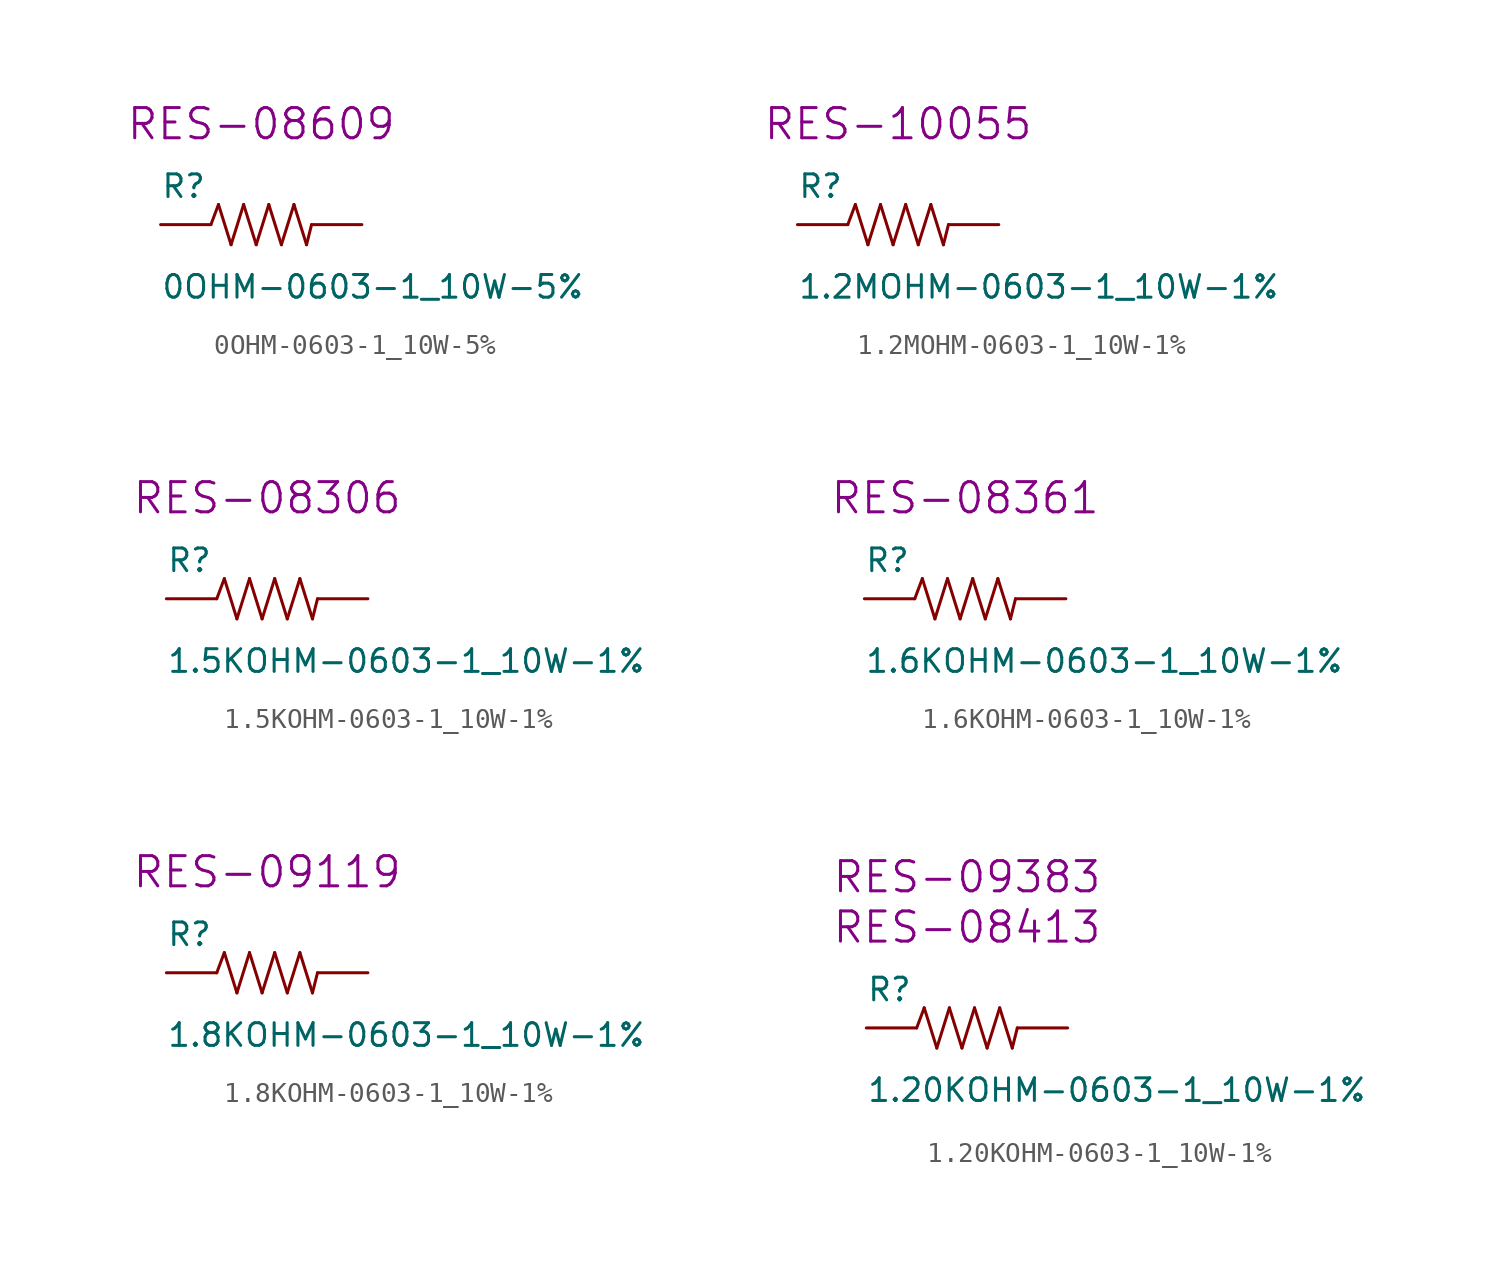
<source format=kicad_sym>
(kicad_symbol_lib
  (version 20220914)
  (generator kicad_symbol_editor)
  (symbol "0OHM-0603-1_10W-5%"
    (pin_numbers hide)
    (pin_names
      (offset 1.016) hide)
    (property "Reference" "R"
      (at -5.08 1.27 0)
      (effects (font (size 1.143 1.143)) (justify left bottom)))
    (property "Value" "0OHM-0603-1_10W-5%"
      (at -5.08 -3.81 0)
      (effects (font (size 1.143 1.143)) (justify left bottom)))
    (property "Field4" "RES-08609"
      (at 0 5.08 0)
      (effects (font (size 1.524 1.524))))
    (property "ki_locked" ""
      (at 0 0 0)
      (effects (font (size 1.27 1.27))))
    (symbol "0OHM-0603-1_10W-5%_1_0"
      (polyline (pts (xy -2.54 0) (xy -2.159 1.016)) (stroke (width 0) (type solid)) (fill (type none)))
      (polyline (pts (xy -2.159 1.016) (xy -1.524 -1.016)) (stroke (width 0) (type solid)) (fill (type none)))
      (polyline (pts (xy -1.524 -1.016) (xy -0.889 1.016)) (stroke (width 0) (type solid)) (fill (type none)))
      (polyline (pts (xy -0.889 1.016) (xy -0.254 -1.016)) (stroke (width 0) (type solid)) (fill (type none)))
      (polyline (pts (xy -0.254 -1.016) (xy 0.381 1.016)) (stroke (width 0) (type solid)) (fill (type none)))
      (polyline (pts (xy 0.381 1.016) (xy 1.016 -1.016)) (stroke (width 0) (type solid)) (fill (type none)))
      (polyline (pts (xy 1.016 -1.016) (xy 1.651 1.016)) (stroke (width 0) (type solid)) (fill (type none)))
      (polyline (pts (xy 1.651 1.016) (xy 2.286 -1.016)) (stroke (width 0) (type solid)) (fill (type none)))
      (polyline (pts (xy 2.286 -1.016) (xy 2.54 0)) (stroke (width 0) (type solid)) (fill (type none))))
    (symbol "0OHM-0603-1_10W-5%_1_1"
      (pin passive line (at -5.08 0 0) (length 2.54) (name "1" (effects (font (size 1.016 1.016)))) (number "1" (effects (font (size 1.016 1.016)))))
      (pin passive line (at 5.08 0 180) (length 2.54) (name "2" (effects (font (size 1.016 1.016)))) (number "2" (effects (font (size 1.016 1.016)))))))
  (symbol "1.2MOHM-0603-1_10W-1%"
    (pin_numbers hide)
    (pin_names
      (offset 1.016) hide)
    (property "Reference" "R"
      (at -5.08 1.27 0)
      (effects (font (size 1.143 1.143)) (justify left bottom)))
    (property "Value" "1.2MOHM-0603-1_10W-1%"
      (at -5.08 -3.81 0)
      (effects (font (size 1.143 1.143)) (justify left bottom)))
    (property "Field4" "RES-10055"
      (at 0 5.08 0)
      (effects (font (size 1.524 1.524))))
    (property "ki_locked" ""
      (at 0 0 0)
      (effects (font (size 1.27 1.27))))
    (symbol "1.2MOHM-0603-1_10W-1%_1_0"
      (polyline (pts (xy -2.54 0) (xy -2.159 1.016)) (stroke (width 0) (type solid)) (fill (type none)))
      (polyline (pts (xy -2.159 1.016) (xy -1.524 -1.016)) (stroke (width 0) (type solid)) (fill (type none)))
      (polyline (pts (xy -1.524 -1.016) (xy -0.889 1.016)) (stroke (width 0) (type solid)) (fill (type none)))
      (polyline (pts (xy -0.889 1.016) (xy -0.254 -1.016)) (stroke (width 0) (type solid)) (fill (type none)))
      (polyline (pts (xy -0.254 -1.016) (xy 0.381 1.016)) (stroke (width 0) (type solid)) (fill (type none)))
      (polyline (pts (xy 0.381 1.016) (xy 1.016 -1.016)) (stroke (width 0) (type solid)) (fill (type none)))
      (polyline (pts (xy 1.016 -1.016) (xy 1.651 1.016)) (stroke (width 0) (type solid)) (fill (type none)))
      (polyline (pts (xy 1.651 1.016) (xy 2.286 -1.016)) (stroke (width 0) (type solid)) (fill (type none)))
      (polyline (pts (xy 2.286 -1.016) (xy 2.54 0)) (stroke (width 0) (type solid)) (fill (type none))))
    (symbol "1.2MOHM-0603-1_10W-1%_1_1"
      (pin passive line (at -5.08 0 0) (length 2.54) (name "1" (effects (font (size 1.016 1.016)))) (number "1" (effects (font (size 1.016 1.016)))))
      (pin passive line (at 5.08 0 180) (length 2.54) (name "2" (effects (font (size 1.016 1.016)))) (number "2" (effects (font (size 1.016 1.016)))))))
  (symbol "1.5KOHM-0603-1_10W-1%"
    (pin_numbers hide)
    (pin_names
      (offset 1.016) hide)
    (property "Reference" "R"
      (at -5.08 1.27 0)
      (effects (font (size 1.143 1.143)) (justify left bottom)))
    (property "Value" "1.5KOHM-0603-1_10W-1%"
      (at -5.08 -3.81 0)
      (effects (font (size 1.143 1.143)) (justify left bottom)))
    (property "Field4" "RES-08306"
      (at 0 5.08 0)
      (effects (font (size 1.524 1.524))))
    (property "ki_locked" ""
      (at 0 0 0)
      (effects (font (size 1.27 1.27))))
    (symbol "1.5KOHM-0603-1_10W-1%_1_0"
      (polyline (pts (xy -2.54 0) (xy -2.159 1.016)) (stroke (width 0) (type solid)) (fill (type none)))
      (polyline (pts (xy -2.159 1.016) (xy -1.524 -1.016)) (stroke (width 0) (type solid)) (fill (type none)))
      (polyline (pts (xy -1.524 -1.016) (xy -0.889 1.016)) (stroke (width 0) (type solid)) (fill (type none)))
      (polyline (pts (xy -0.889 1.016) (xy -0.254 -1.016)) (stroke (width 0) (type solid)) (fill (type none)))
      (polyline (pts (xy -0.254 -1.016) (xy 0.381 1.016)) (stroke (width 0) (type solid)) (fill (type none)))
      (polyline (pts (xy 0.381 1.016) (xy 1.016 -1.016)) (stroke (width 0) (type solid)) (fill (type none)))
      (polyline (pts (xy 1.016 -1.016) (xy 1.651 1.016)) (stroke (width 0) (type solid)) (fill (type none)))
      (polyline (pts (xy 1.651 1.016) (xy 2.286 -1.016)) (stroke (width 0) (type solid)) (fill (type none)))
      (polyline (pts (xy 2.286 -1.016) (xy 2.54 0)) (stroke (width 0) (type solid)) (fill (type none))))
    (symbol "1.5KOHM-0603-1_10W-1%_1_1"
      (pin passive line (at -5.08 0 0) (length 2.54) (name "1" (effects (font (size 1.016 1.016)))) (number "1" (effects (font (size 1.016 1.016)))))
      (pin passive line (at 5.08 0 180) (length 2.54) (name "2" (effects (font (size 1.016 1.016)))) (number "2" (effects (font (size 1.016 1.016)))))))
  (symbol "1.6KOHM-0603-1_10W-1%"
    (pin_numbers hide)
    (pin_names
      (offset 1.016) hide)
    (property "Reference" "R"
      (at -5.08 1.27 0)
      (effects (font (size 1.143 1.143)) (justify left bottom)))
    (property "Value" "1.6KOHM-0603-1_10W-1%"
      (at -5.08 -3.81 0)
      (effects (font (size 1.143 1.143)) (justify left bottom)))
    (property "Field4" "RES-08361"
      (at 0 5.08 0)
      (effects (font (size 1.524 1.524))))
    (property "ki_locked" ""
      (at 0 0 0)
      (effects (font (size 1.27 1.27))))
    (symbol "1.6KOHM-0603-1_10W-1%_1_0"
      (polyline (pts (xy -2.54 0) (xy -2.159 1.016)) (stroke (width 0) (type solid)) (fill (type none)))
      (polyline (pts (xy -2.159 1.016) (xy -1.524 -1.016)) (stroke (width 0) (type solid)) (fill (type none)))
      (polyline (pts (xy -1.524 -1.016) (xy -0.889 1.016)) (stroke (width 0) (type solid)) (fill (type none)))
      (polyline (pts (xy -0.889 1.016) (xy -0.254 -1.016)) (stroke (width 0) (type solid)) (fill (type none)))
      (polyline (pts (xy -0.254 -1.016) (xy 0.381 1.016)) (stroke (width 0) (type solid)) (fill (type none)))
      (polyline (pts (xy 0.381 1.016) (xy 1.016 -1.016)) (stroke (width 0) (type solid)) (fill (type none)))
      (polyline (pts (xy 1.016 -1.016) (xy 1.651 1.016)) (stroke (width 0) (type solid)) (fill (type none)))
      (polyline (pts (xy 1.651 1.016) (xy 2.286 -1.016)) (stroke (width 0) (type solid)) (fill (type none)))
      (polyline (pts (xy 2.286 -1.016) (xy 2.54 0)) (stroke (width 0) (type solid)) (fill (type none))))
    (symbol "1.6KOHM-0603-1_10W-1%_1_1"
      (pin passive line (at -5.08 0 0) (length 2.54) (name "1" (effects (font (size 1.016 1.016)))) (number "1" (effects (font (size 1.016 1.016)))))
      (pin passive line (at 5.08 0 180) (length 2.54) (name "2" (effects (font (size 1.016 1.016)))) (number "2" (effects (font (size 1.016 1.016)))))))
  (symbol "1.8KOHM-0603-1_10W-1%"
    (pin_numbers hide)
    (pin_names
      (offset 1.016) hide)
    (property "Reference" "R"
      (at -5.08 1.27 0)
      (effects (font (size 1.143 1.143)) (justify left bottom)))
    (property "Value" "1.8KOHM-0603-1_10W-1%"
      (at -5.08 -3.81 0)
      (effects (font (size 1.143 1.143)) (justify left bottom)))
    (property "Field4" "RES-09119"
      (at 0 5.08 0)
      (effects (font (size 1.524 1.524))))
    (property "ki_locked" ""
      (at 0 0 0)
      (effects (font (size 1.27 1.27))))
    (symbol "1.8KOHM-0603-1_10W-1%_1_0"
      (polyline (pts (xy -2.54 0) (xy -2.159 1.016)) (stroke (width 0) (type solid)) (fill (type none)))
      (polyline (pts (xy -2.159 1.016) (xy -1.524 -1.016)) (stroke (width 0) (type solid)) (fill (type none)))
      (polyline (pts (xy -1.524 -1.016) (xy -0.889 1.016)) (stroke (width 0) (type solid)) (fill (type none)))
      (polyline (pts (xy -0.889 1.016) (xy -0.254 -1.016)) (stroke (width 0) (type solid)) (fill (type none)))
      (polyline (pts (xy -0.254 -1.016) (xy 0.381 1.016)) (stroke (width 0) (type solid)) (fill (type none)))
      (polyline (pts (xy 0.381 1.016) (xy 1.016 -1.016)) (stroke (width 0) (type solid)) (fill (type none)))
      (polyline (pts (xy 1.016 -1.016) (xy 1.651 1.016)) (stroke (width 0) (type solid)) (fill (type none)))
      (polyline (pts (xy 1.651 1.016) (xy 2.286 -1.016)) (stroke (width 0) (type solid)) (fill (type none)))
      (polyline (pts (xy 2.286 -1.016) (xy 2.54 0)) (stroke (width 0) (type solid)) (fill (type none))))
    (symbol "1.8KOHM-0603-1_10W-1%_1_1"
      (pin passive line (at -5.08 0 0) (length 2.54) (name "1" (effects (font (size 1.016 1.016)))) (number "1" (effects (font (size 1.016 1.016)))))
      (pin passive line (at 5.08 0 180) (length 2.54) (name "2" (effects (font (size 1.016 1.016)))) (number "2" (effects (font (size 1.016 1.016)))))))
  (symbol "1.20KOHM-0603-1_10W-1%"
    (pin_numbers hide)
    (pin_names
      (offset 1.016) hide)
    (property "Reference" "R"
      (at -5.08 1.27 0)
      (effects (font (size 1.143 1.143)) (justify left bottom)))
    (property "Value" "1.20KOHM-0603-1_10W-1%"
      (at -5.08 -3.81 0)
      (effects (font (size 1.143 1.143)) (justify left bottom)))
    (property "Field4" "RES-08413"
      (at 0 5.08 0)
      (effects (font (size 1.524 1.524))))
    (property "Field5" "RES-09383"
      (at 0 7.62 0)
      (effects (font (size 1.524 1.524))))
    (property "ki_locked" ""
      (at 0 0 0)
      (effects (font (size 1.27 1.27))))
    (symbol "1.20KOHM-0603-1_10W-1%_1_0"
      (polyline (pts (xy -2.54 0) (xy -2.159 1.016)) (stroke (width 0) (type solid)) (fill (type none)))
      (polyline (pts (xy -2.159 1.016) (xy -1.524 -1.016)) (stroke (width 0) (type solid)) (fill (type none)))
      (polyline (pts (xy -1.524 -1.016) (xy -0.889 1.016)) (stroke (width 0) (type solid)) (fill (type none)))
      (polyline (pts (xy -0.889 1.016) (xy -0.254 -1.016)) (stroke (width 0) (type solid)) (fill (type none)))
      (polyline (pts (xy -0.254 -1.016) (xy 0.381 1.016)) (stroke (width 0) (type solid)) (fill (type none)))
      (polyline (pts (xy 0.381 1.016) (xy 1.016 -1.016)) (stroke (width 0) (type solid)) (fill (type none)))
      (polyline (pts (xy 1.016 -1.016) (xy 1.651 1.016)) (stroke (width 0) (type solid)) (fill (type none)))
      (polyline (pts (xy 1.651 1.016) (xy 2.286 -1.016)) (stroke (width 0) (type solid)) (fill (type none)))
      (polyline (pts (xy 2.286 -1.016) (xy 2.54 0)) (stroke (width 0) (type solid)) (fill (type none))))
    (symbol "1.20KOHM-0603-1_10W-1%_1_1"
      (pin passive line (at -5.08 0 0) (length 2.54) (name "1" (effects (font (size 1.016 1.016)))) (number "1" (effects (font (size 1.016 1.016)))))
      (pin passive line (at 5.08 0 180) (length 2.54) (name "2" (effects (font (size 1.016 1.016)))) (number "2" (effects (font (size 1.016 1.016))))))))
</source>
